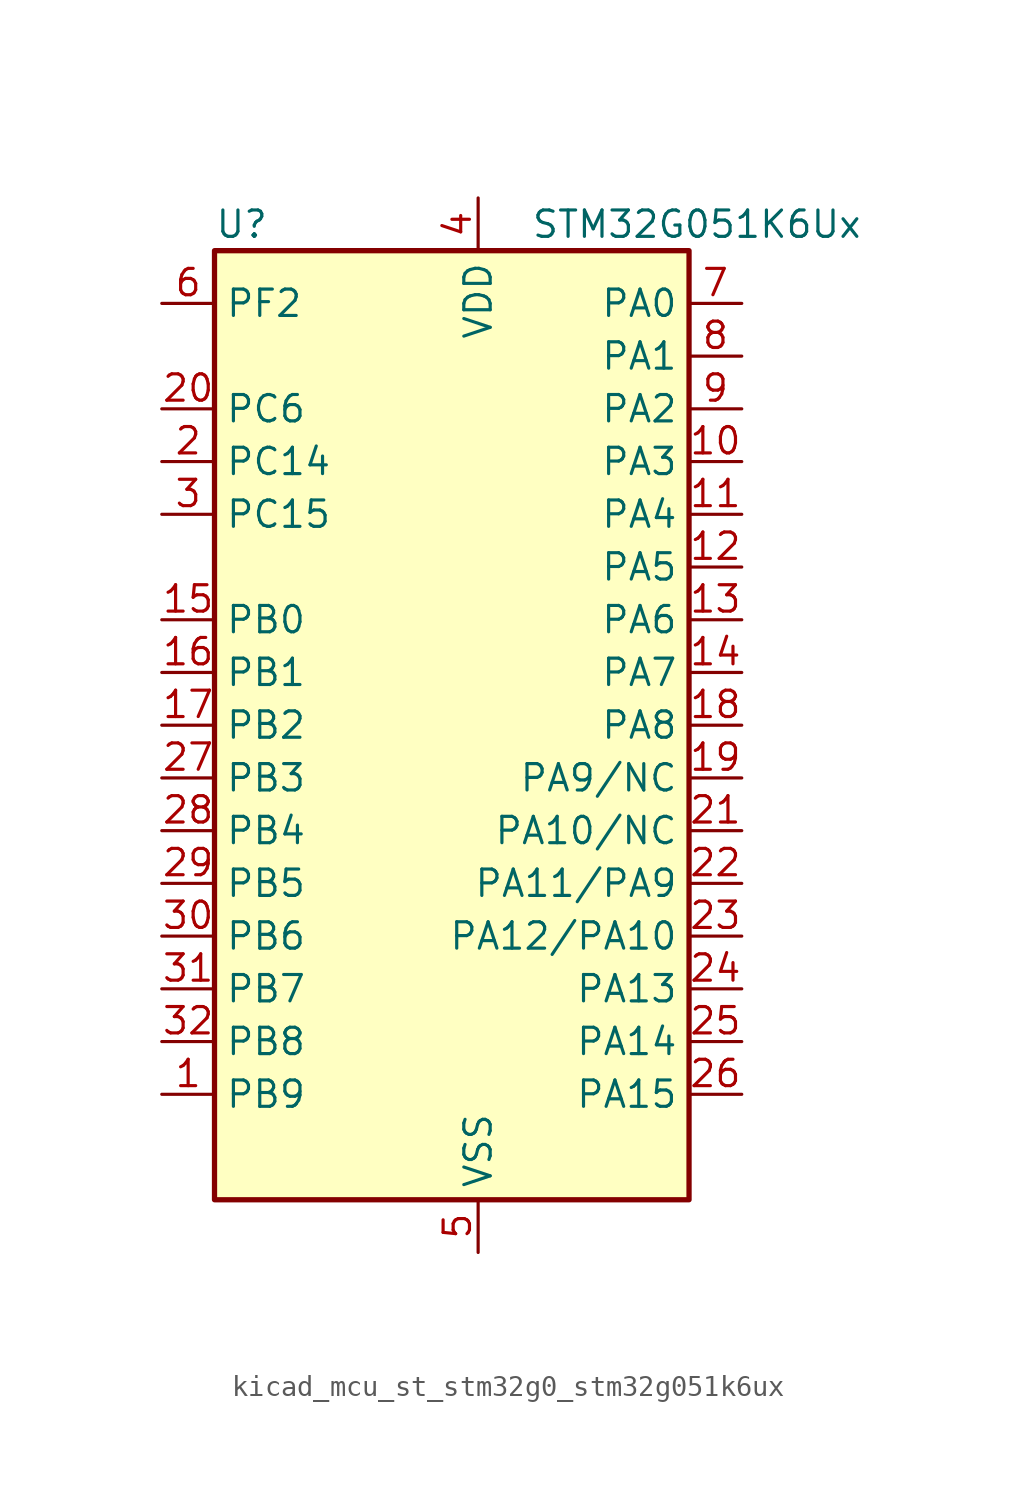
<source format=kicad_sym>
(kicad_symbol_lib
  (version 20220914)
  (generator kicad_symbol_editor)
  (symbol "kicad_mcu_st_stm32g0_stm32g051k6ux"
    (property "Reference" "U"
      (at -10.16 24.13 0)
      (effects (font (size 1.27 1.27)) (justify left)))
    (property "Value" "STM32G051K6Ux"
      (at 5.08 24.13 0)
      (effects (font (size 1.27 1.27)) (justify left)))
    (property "ki_locked" ""
      (at 0 0 0)
      (effects (font (size 1.27 1.27))))
    (symbol "kicad_mcu_st_stm32g0_stm32g051k6ux_0_1"
      (rectangle (start -10.16 -22.86) (end 12.7 22.86) (stroke (width 0.254) (type default)) (fill (type background))))
    (symbol "kicad_mcu_st_stm32g0_stm32g051k6ux_1_1"
      (pin bidirectional line (at -12.7 -17.78 0) (length 2.54) (name "PB9" (effects (font (size 1.27 1.27)))) (number "1" (effects (font (size 1.27 1.27)))) (alternate "DAC1_EXTI9" bidirectional line) (alternate "I2C1_SDA" bidirectional line) (alternate "IR_OUT" bidirectional line) (alternate "SPI2_NSS" bidirectional line) (alternate "TIM17_CH1" bidirectional line))
      (pin bidirectional line (at 15.24 12.7 180) (length 2.54) (name "PA3" (effects (font (size 1.27 1.27)))) (number "10" (effects (font (size 1.27 1.27)))) (alternate "ADC1_IN3" bidirectional line) (alternate "COMP2_INP" bidirectional line) (alternate "LPUART1_RX" bidirectional line) (alternate "SPI2_MISO" bidirectional line) (alternate "TIM15_CH2" bidirectional line) (alternate "TIM2_CH4" bidirectional line) (alternate "USART2_RX" bidirectional line))
      (pin bidirectional line (at 15.24 10.16 180) (length 2.54) (name "PA4" (effects (font (size 1.27 1.27)))) (number "11" (effects (font (size 1.27 1.27)))) (alternate "ADC1_IN4" bidirectional line) (alternate "DAC1_OUT1" bidirectional line) (alternate "I2S1_WS" bidirectional line) (alternate "LPTIM2_OUT" bidirectional line) (alternate "RTC_OUT1" bidirectional line) (alternate "RTC_TAMP_IN1" bidirectional line) (alternate "RTC_TS" bidirectional line) (alternate "SPI1_NSS" bidirectional line) (alternate "SPI2_MOSI" bidirectional line) (alternate "SYS_WKUP2" bidirectional line) (alternate "TIM14_CH1" bidirectional line))
      (pin bidirectional line (at 15.24 7.62 180) (length 2.54) (name "PA5" (effects (font (size 1.27 1.27)))) (number "12" (effects (font (size 1.27 1.27)))) (alternate "ADC1_IN5" bidirectional line) (alternate "DAC1_OUT2" bidirectional line) (alternate "I2S1_CK" bidirectional line) (alternate "LPTIM2_ETR" bidirectional line) (alternate "SPI1_SCK" bidirectional line) (alternate "TIM2_CH1" bidirectional line) (alternate "TIM2_ETR" bidirectional line))
      (pin bidirectional line (at 15.24 5.08 180) (length 2.54) (name "PA6" (effects (font (size 1.27 1.27)))) (number "13" (effects (font (size 1.27 1.27)))) (alternate "ADC1_IN6" bidirectional line) (alternate "COMP1_OUT" bidirectional line) (alternate "I2S1_MCK" bidirectional line) (alternate "LPUART1_CTS" bidirectional line) (alternate "SPI1_MISO" bidirectional line) (alternate "TIM16_CH1" bidirectional line) (alternate "TIM1_BK" bidirectional line) (alternate "TIM3_CH1" bidirectional line))
      (pin bidirectional line (at 15.24 2.54 180) (length 2.54) (name "PA7" (effects (font (size 1.27 1.27)))) (number "14" (effects (font (size 1.27 1.27)))) (alternate "ADC1_IN7" bidirectional line) (alternate "COMP2_OUT" bidirectional line) (alternate "I2S1_SD" bidirectional line) (alternate "SPI1_MOSI" bidirectional line) (alternate "TIM14_CH1" bidirectional line) (alternate "TIM17_CH1" bidirectional line) (alternate "TIM1_CH1N" bidirectional line) (alternate "TIM3_CH2" bidirectional line))
      (pin bidirectional line (at -12.7 5.08 0) (length 2.54) (name "PB0" (effects (font (size 1.27 1.27)))) (number "15" (effects (font (size 1.27 1.27)))) (alternate "ADC1_IN8" bidirectional line) (alternate "COMP1_OUT" bidirectional line) (alternate "I2S1_WS" bidirectional line) (alternate "LPTIM1_OUT" bidirectional line) (alternate "SPI1_NSS" bidirectional line) (alternate "TIM1_CH2N" bidirectional line) (alternate "TIM3_CH3" bidirectional line))
      (pin bidirectional line (at -12.7 2.54 0) (length 2.54) (name "PB1" (effects (font (size 1.27 1.27)))) (number "16" (effects (font (size 1.27 1.27)))) (alternate "ADC1_IN9" bidirectional line) (alternate "COMP1_INM" bidirectional line) (alternate "LPTIM2_IN1" bidirectional line) (alternate "LPUART1_DE" bidirectional line) (alternate "LPUART1_RTS" bidirectional line) (alternate "TIM14_CH1" bidirectional line) (alternate "TIM1_CH3N" bidirectional line) (alternate "TIM3_CH4" bidirectional line))
      (pin bidirectional line (at -12.7 0 0) (length 2.54) (name "PB2" (effects (font (size 1.27 1.27)))) (number "17" (effects (font (size 1.27 1.27)))) (alternate "ADC1_IN10" bidirectional line) (alternate "COMP1_INP" bidirectional line) (alternate "LPTIM1_OUT" bidirectional line) (alternate "SPI2_MISO" bidirectional line))
      (pin bidirectional line (at 15.24 0 180) (length 2.54) (name "PA8" (effects (font (size 1.27 1.27)))) (number "18" (effects (font (size 1.27 1.27)))) (alternate "LPTIM2_OUT" bidirectional line) (alternate "RCC_MCO" bidirectional line) (alternate "SPI2_NSS" bidirectional line) (alternate "TIM1_CH1" bidirectional line))
      (pin bidirectional line (at 15.24 -2.54 180) (length 2.54) (name "PA9/NC" (effects (font (size 1.27 1.27)))) (number "19" (effects (font (size 1.27 1.27)))) (alternate "DAC1_EXTI9" bidirectional line) (alternate "I2C1_SCL" bidirectional line) (alternate "RCC_MCO" bidirectional line) (alternate "SPI2_MISO" bidirectional line) (alternate "TIM15_BK" bidirectional line) (alternate "TIM1_CH2" bidirectional line) (alternate "USART1_TX" bidirectional line))
      (pin bidirectional line (at -12.7 12.7 0) (length 2.54) (name "PC14" (effects (font (size 1.27 1.27)))) (number "2" (effects (font (size 1.27 1.27)))) (alternate "RCC_OSC32_IN" bidirectional line) (alternate "RCC_OSC_IN" bidirectional line) (alternate "TIM1_BK2" bidirectional line))
      (pin bidirectional line (at -12.7 15.24 0) (length 2.54) (name "PC6" (effects (font (size 1.27 1.27)))) (number "20" (effects (font (size 1.27 1.27)))) (alternate "TIM2_CH3" bidirectional line) (alternate "TIM3_CH1" bidirectional line))
      (pin bidirectional line (at 15.24 -5.08 180) (length 2.54) (name "PA10/NC" (effects (font (size 1.27 1.27)))) (number "21" (effects (font (size 1.27 1.27)))) (alternate "I2C1_SDA" bidirectional line) (alternate "SPI2_MOSI" bidirectional line) (alternate "TIM17_BK" bidirectional line) (alternate "TIM1_CH3" bidirectional line) (alternate "USART1_RX" bidirectional line))
      (pin bidirectional line (at 15.24 -7.62 180) (length 2.54) (name "PA11/PA9" (effects (font (size 1.27 1.27)))) (number "22" (effects (font (size 1.27 1.27)))) (alternate "ADC1_EXTI11" bidirectional line) (alternate "ADC1_IN15" bidirectional line) (alternate "COMP1_OUT" bidirectional line) (alternate "I2C2_SCL" bidirectional line) (alternate "I2S1_MCK" bidirectional line) (alternate "SPI1_MISO" bidirectional line) (alternate "TIM1_BK2" bidirectional line) (alternate "TIM1_CH4" bidirectional line) (alternate "USART1_CTS" bidirectional line) (alternate "USART1_NSS" bidirectional line))
      (pin bidirectional line (at 15.24 -10.16 180) (length 2.54) (name "PA12/PA10" (effects (font (size 1.27 1.27)))) (number "23" (effects (font (size 1.27 1.27)))) (alternate "ADC1_IN16" bidirectional line) (alternate "COMP2_OUT" bidirectional line) (alternate "I2C2_SDA" bidirectional line) (alternate "I2S1_SD" bidirectional line) (alternate "I2S_CKIN" bidirectional line) (alternate "SPI1_MOSI" bidirectional line) (alternate "TIM1_ETR" bidirectional line) (alternate "USART1_CK" bidirectional line) (alternate "USART1_DE" bidirectional line) (alternate "USART1_RTS" bidirectional line))
      (pin bidirectional line (at 15.24 -12.7 180) (length 2.54) (name "PA13" (effects (font (size 1.27 1.27)))) (number "24" (effects (font (size 1.27 1.27)))) (alternate "ADC1_IN17" bidirectional line) (alternate "IR_OUT" bidirectional line) (alternate "SYS_SWDIO" bidirectional line))
      (pin bidirectional line (at 15.24 -15.24 180) (length 2.54) (name "PA14" (effects (font (size 1.27 1.27)))) (number "25" (effects (font (size 1.27 1.27)))) (alternate "ADC1_IN18" bidirectional line) (alternate "SYS_SWCLK" bidirectional line) (alternate "USART2_TX" bidirectional line))
      (pin bidirectional line (at 15.24 -17.78 180) (length 2.54) (name "PA15" (effects (font (size 1.27 1.27)))) (number "26" (effects (font (size 1.27 1.27)))) (alternate "I2S1_WS" bidirectional line) (alternate "SPI1_NSS" bidirectional line) (alternate "TIM2_CH1" bidirectional line) (alternate "TIM2_ETR" bidirectional line) (alternate "USART2_RX" bidirectional line))
      (pin bidirectional line (at -12.7 -2.54 0) (length 2.54) (name "PB3" (effects (font (size 1.27 1.27)))) (number "27" (effects (font (size 1.27 1.27)))) (alternate "COMP2_INM" bidirectional line) (alternate "I2S1_CK" bidirectional line) (alternate "SPI1_SCK" bidirectional line) (alternate "TIM1_CH2" bidirectional line) (alternate "TIM2_CH2" bidirectional line) (alternate "USART1_CK" bidirectional line) (alternate "USART1_DE" bidirectional line) (alternate "USART1_RTS" bidirectional line))
      (pin bidirectional line (at -12.7 -5.08 0) (length 2.54) (name "PB4" (effects (font (size 1.27 1.27)))) (number "28" (effects (font (size 1.27 1.27)))) (alternate "COMP2_INP" bidirectional line) (alternate "I2S1_MCK" bidirectional line) (alternate "SPI1_MISO" bidirectional line) (alternate "TIM17_BK" bidirectional line) (alternate "TIM3_CH1" bidirectional line) (alternate "USART1_CTS" bidirectional line) (alternate "USART1_NSS" bidirectional line))
      (pin bidirectional line (at -12.7 -7.62 0) (length 2.54) (name "PB5" (effects (font (size 1.27 1.27)))) (number "29" (effects (font (size 1.27 1.27)))) (alternate "COMP2_OUT" bidirectional line) (alternate "I2C1_SMBA" bidirectional line) (alternate "I2S1_SD" bidirectional line) (alternate "LPTIM1_IN1" bidirectional line) (alternate "SPI1_MOSI" bidirectional line) (alternate "SYS_WKUP6" bidirectional line) (alternate "TIM16_BK" bidirectional line) (alternate "TIM3_CH2" bidirectional line))
      (pin bidirectional line (at -12.7 10.16 0) (length 2.54) (name "PC15" (effects (font (size 1.27 1.27)))) (number "3" (effects (font (size 1.27 1.27)))) (alternate "RCC_OSC32_EN" bidirectional line) (alternate "RCC_OSC32_OUT" bidirectional line) (alternate "RCC_OSC_EN" bidirectional line) (alternate "TIM15_BK" bidirectional line))
      (pin bidirectional line (at -12.7 -10.16 0) (length 2.54) (name "PB6" (effects (font (size 1.27 1.27)))) (number "30" (effects (font (size 1.27 1.27)))) (alternate "COMP2_INP" bidirectional line) (alternate "I2C1_SCL" bidirectional line) (alternate "LPTIM1_ETR" bidirectional line) (alternate "SPI2_MISO" bidirectional line) (alternate "TIM16_CH1N" bidirectional line) (alternate "TIM1_CH3" bidirectional line) (alternate "USART1_TX" bidirectional line))
      (pin bidirectional line (at -12.7 -12.7 0) (length 2.54) (name "PB7" (effects (font (size 1.27 1.27)))) (number "31" (effects (font (size 1.27 1.27)))) (alternate "ADC1_IN11" bidirectional line) (alternate "COMP2_INM" bidirectional line) (alternate "I2C1_SDA" bidirectional line) (alternate "LPTIM1_IN2" bidirectional line) (alternate "SPI2_MOSI" bidirectional line) (alternate "SYS_PVD_IN" bidirectional line) (alternate "TIM17_CH1N" bidirectional line) (alternate "USART1_RX" bidirectional line))
      (pin bidirectional line (at -12.7 -15.24 0) (length 2.54) (name "PB8" (effects (font (size 1.27 1.27)))) (number "32" (effects (font (size 1.27 1.27)))) (alternate "I2C1_SCL" bidirectional line) (alternate "SPI2_SCK" bidirectional line) (alternate "TIM15_BK" bidirectional line) (alternate "TIM16_CH1" bidirectional line))
      (pin passive line (at 2.54 -25.4 90) (length 2.54) hide (name "VSS" (effects (font (size 1.27 1.27)))) (number "33" (effects (font (size 1.27 1.27)))))
      (pin power_in line (at 2.54 25.4 270) (length 2.54) (name "VDD" (effects (font (size 1.27 1.27)))) (number "4" (effects (font (size 1.27 1.27)))))
      (pin power_in line (at 2.54 -25.4 90) (length 2.54) (name "VSS" (effects (font (size 1.27 1.27)))) (number "5" (effects (font (size 1.27 1.27)))))
      (pin bidirectional line (at -12.7 20.32 0) (length 2.54) (name "PF2" (effects (font (size 1.27 1.27)))) (number "6" (effects (font (size 1.27 1.27)))) (alternate "RCC_MCO" bidirectional line))
      (pin bidirectional line (at 15.24 20.32 180) (length 2.54) (name "PA0" (effects (font (size 1.27 1.27)))) (number "7" (effects (font (size 1.27 1.27)))) (alternate "ADC1_IN0" bidirectional line) (alternate "COMP1_INM" bidirectional line) (alternate "COMP1_OUT" bidirectional line) (alternate "LPTIM1_OUT" bidirectional line) (alternate "RTC_TAMP_IN2" bidirectional line) (alternate "SPI2_SCK" bidirectional line) (alternate "SYS_WKUP1" bidirectional line) (alternate "TIM2_CH1" bidirectional line) (alternate "TIM2_ETR" bidirectional line) (alternate "USART2_CTS" bidirectional line) (alternate "USART2_NSS" bidirectional line))
      (pin bidirectional line (at 15.24 17.78 180) (length 2.54) (name "PA1" (effects (font (size 1.27 1.27)))) (number "8" (effects (font (size 1.27 1.27)))) (alternate "ADC1_IN1" bidirectional line) (alternate "COMP1_INP" bidirectional line) (alternate "I2C1_SMBA" bidirectional line) (alternate "I2S1_CK" bidirectional line) (alternate "SPI1_SCK" bidirectional line) (alternate "TIM15_CH1N" bidirectional line) (alternate "TIM2_CH2" bidirectional line) (alternate "USART2_CK" bidirectional line) (alternate "USART2_DE" bidirectional line) (alternate "USART2_RTS" bidirectional line))
      (pin bidirectional line (at 15.24 15.24 180) (length 2.54) (name "PA2" (effects (font (size 1.27 1.27)))) (number "9" (effects (font (size 1.27 1.27)))) (alternate "ADC1_IN2" bidirectional line) (alternate "COMP2_INM" bidirectional line) (alternate "COMP2_OUT" bidirectional line) (alternate "I2S1_SD" bidirectional line) (alternate "LPUART1_TX" bidirectional line) (alternate "RCC_LSCO" bidirectional line) (alternate "SPI1_MOSI" bidirectional line) (alternate "SYS_WKUP4" bidirectional line) (alternate "TIM15_CH1" bidirectional line) (alternate "TIM2_CH3" bidirectional line) (alternate "USART2_TX" bidirectional line)))))
</source>
